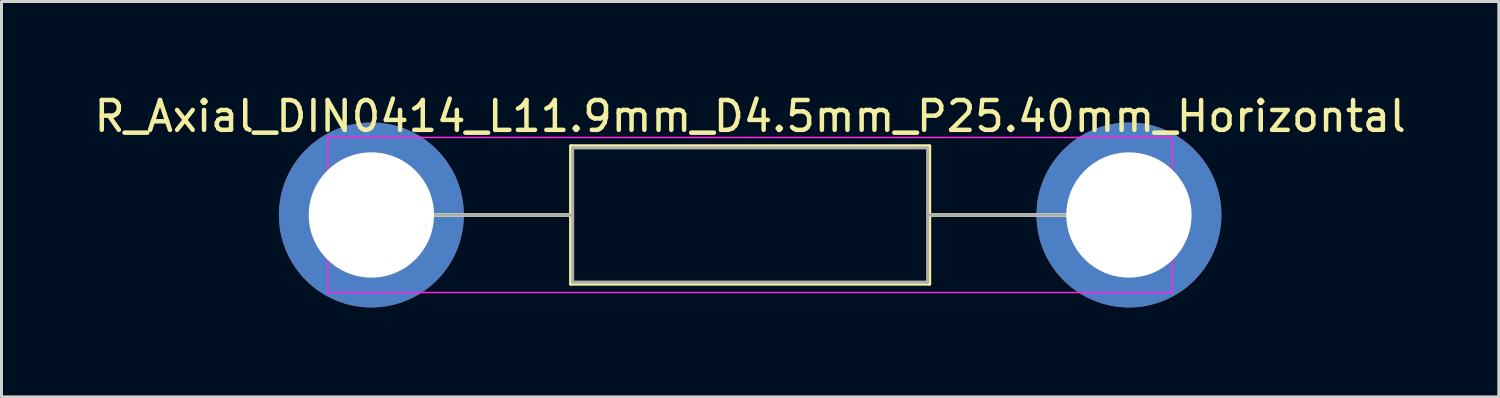
<source format=kicad_pcb>
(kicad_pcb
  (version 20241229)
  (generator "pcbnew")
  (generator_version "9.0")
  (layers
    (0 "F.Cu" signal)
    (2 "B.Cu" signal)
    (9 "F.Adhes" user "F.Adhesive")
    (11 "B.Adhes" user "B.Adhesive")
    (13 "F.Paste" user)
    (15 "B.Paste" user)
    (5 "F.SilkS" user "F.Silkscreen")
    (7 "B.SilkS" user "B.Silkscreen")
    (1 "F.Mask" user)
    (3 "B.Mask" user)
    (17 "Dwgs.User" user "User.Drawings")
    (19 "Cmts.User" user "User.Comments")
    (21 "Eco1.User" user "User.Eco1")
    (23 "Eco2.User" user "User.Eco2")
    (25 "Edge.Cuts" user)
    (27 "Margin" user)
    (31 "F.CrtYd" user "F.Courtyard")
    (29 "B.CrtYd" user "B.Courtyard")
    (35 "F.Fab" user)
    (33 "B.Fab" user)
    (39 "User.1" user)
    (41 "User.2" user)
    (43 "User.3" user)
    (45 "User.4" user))
  (footprint "R_Axial_DIN0414_L11.9mm_D4.5mm_P25.40mm_Horizontal"
    (layer "F.Cu")
    (at 9.401 4.158)
    (property "Reference" "R_Axial_DIN0414_L11.9mm_D4.5mm_P25.40mm_Horizontal" (at 12.7 -3.31 0) (layer "F.SilkS") (effects (font (size 1 1) (thickness 0.15))))
    (attr through_hole)
    (fp_line (start 1.38 0) (end 6.69 0) (stroke (width 0.12) (type solid)) (layer "F.SilkS"))
    (fp_line (start 6.69 -2.31) (end 6.69 2.31) (stroke (width 0.12) (type solid)) (layer "F.SilkS"))
    (fp_line (start 6.69 2.31) (end 18.71 2.31) (stroke (width 0.12) (type solid)) (layer "F.SilkS"))
    (fp_line (start 18.71 -2.31) (end 6.69 -2.31) (stroke (width 0.12) (type solid)) (layer "F.SilkS"))
    (fp_line (start 18.71 2.31) (end 18.71 -2.31) (stroke (width 0.12) (type solid)) (layer "F.SilkS"))
    (fp_line (start 24.02 0) (end 18.71 0) (stroke (width 0.12) (type solid)) (layer "F.SilkS"))
    (fp_line (start -1.45 -2.6) (end -1.45 2.6) (stroke (width 0.05) (type solid)) (layer "F.CrtYd"))
    (fp_line (start -1.45 2.6) (end 26.85 2.6) (stroke (width 0.05) (type solid)) (layer "F.CrtYd"))
    (fp_line (start 26.85 -2.6) (end -1.45 -2.6) (stroke (width 0.05) (type solid)) (layer "F.CrtYd"))
    (fp_line (start 26.85 2.6) (end 26.85 -2.6) (stroke (width 0.05) (type solid)) (layer "F.CrtYd"))
    (fp_line (start 0 0) (end 6.75 0) (stroke (width 0.1) (type solid)) (layer "F.Fab"))
    (fp_line (start 6.75 -2.25) (end 6.75 2.25) (stroke (width 0.1) (type solid)) (layer "F.Fab"))
    (fp_line (start 6.75 2.25) (end 18.65 2.25) (stroke (width 0.1) (type solid)) (layer "F.Fab"))
    (fp_line (start 18.65 -2.25) (end 6.75 -2.25) (stroke (width 0.1) (type solid)) (layer "F.Fab"))
    (fp_line (start 18.65 2.25) (end 18.65 -2.25) (stroke (width 0.1) (type solid)) (layer "F.Fab"))
    (fp_line (start 25.4 0) (end 18.65 0) (stroke (width 0.1) (type solid)) (layer "F.Fab"))
    (pad "1" thru_hole circle (at 0 0) (size 6.2 6.2) (drill 4.2) (layers "*.Cu" "*.Mask"))
    (pad "2" thru_hole circle (at 25.4 0) (size 6.2 6.2) (drill 4.2) (layers "*.Cu" "*.Mask")))
  (gr_rect
    (start -3 -3)
    (end 47.202 10.258)
    (stroke (width 0.1) (type default))
    (fill no)
    (layer "Edge.Cuts")))
</source>
